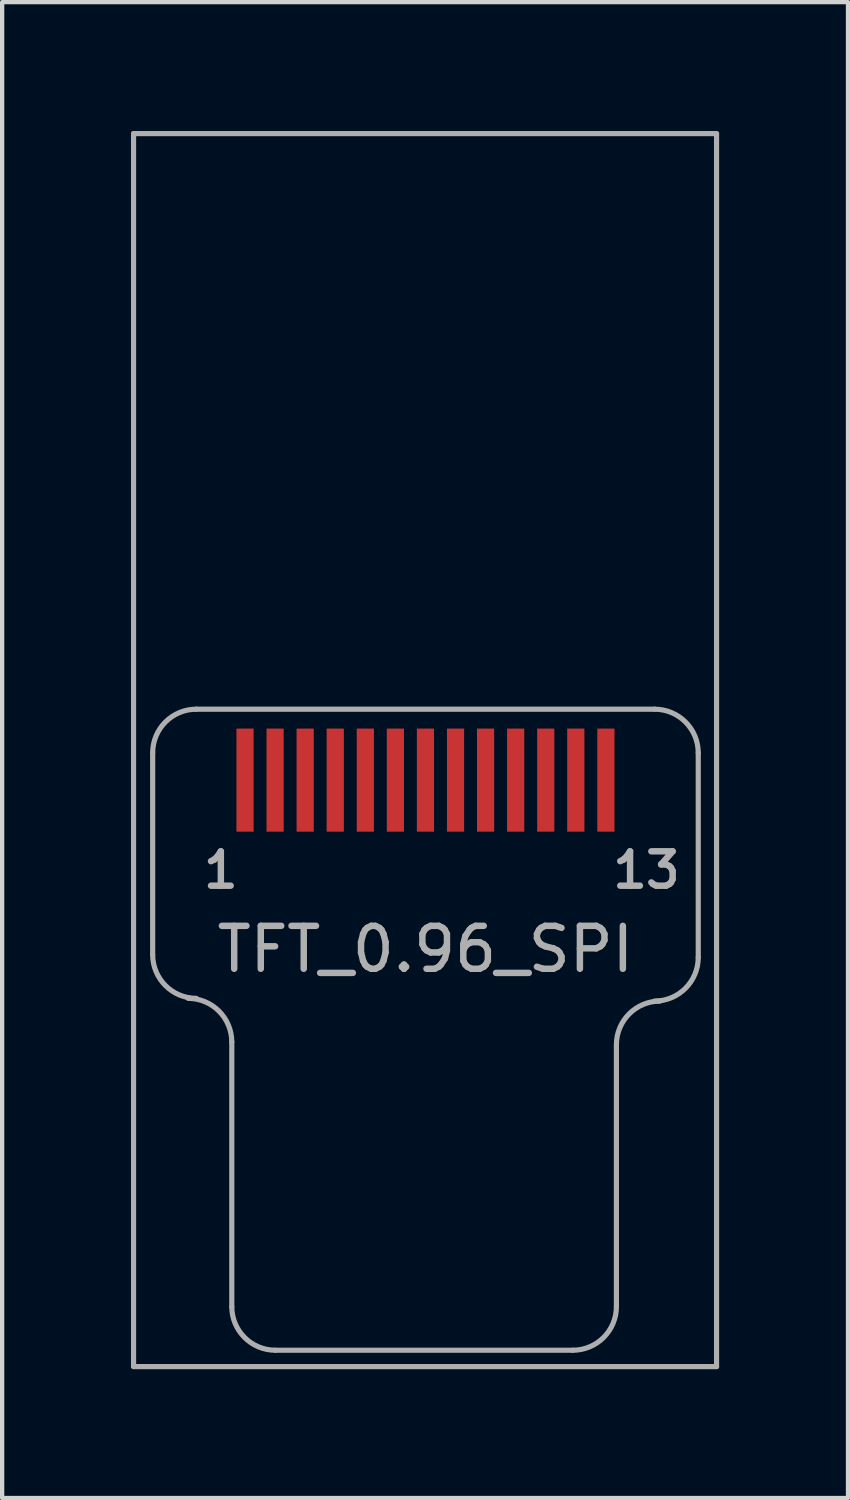
<source format=kicad_pcb>
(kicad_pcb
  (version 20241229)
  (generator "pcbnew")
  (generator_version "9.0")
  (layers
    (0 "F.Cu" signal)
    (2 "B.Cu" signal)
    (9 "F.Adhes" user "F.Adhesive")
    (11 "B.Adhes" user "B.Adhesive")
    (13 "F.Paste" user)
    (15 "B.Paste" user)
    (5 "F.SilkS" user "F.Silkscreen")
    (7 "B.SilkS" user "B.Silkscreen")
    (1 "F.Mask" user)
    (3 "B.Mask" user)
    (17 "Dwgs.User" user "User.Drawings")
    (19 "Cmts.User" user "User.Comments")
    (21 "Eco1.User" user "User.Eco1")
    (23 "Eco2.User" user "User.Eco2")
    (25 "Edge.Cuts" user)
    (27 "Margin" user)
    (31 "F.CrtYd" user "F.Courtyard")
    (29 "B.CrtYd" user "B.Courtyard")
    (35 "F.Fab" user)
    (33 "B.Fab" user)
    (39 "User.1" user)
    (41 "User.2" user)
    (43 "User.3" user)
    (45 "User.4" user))
  (footprint "TFT_0.96_SPI"
    (layer "F.Cu")
    (at 6.854 15.11)
    (property "Reference" "TFT_0.96_SPI" (at 0 3.937 0) (layer "F.Fab") (effects (font (size 1 1) (thickness 0.15))))
    (attr through_hole)
    (fp_line (start -6.795 -15.05) (end -6.795 13.65) (stroke (width 0.12) (type solid)) (layer "F.Fab"))
    (fp_line (start -6.795 -15.05) (end 6.776 -15.05) (stroke (width 0.12) (type solid)) (layer "F.Fab"))
    (fp_line (start -6.35 -0.635) (end -6.35 4.064) (stroke (width 0.12) (type solid)) (layer "F.Fab"))
    (fp_line (start -4.508 6.096) (end -4.508 12.255) (stroke (width 0.12) (type solid)) (layer "F.Fab"))
    (fp_line (start -3.493 13.271) (end 3.429 13.271) (stroke (width 0.12) (type solid)) (layer "F.Fab"))
    (fp_line (start 4.445 12.255) (end 4.445 6.16) (stroke (width 0.12) (type solid)) (layer "F.Fab"))
    (fp_line (start 5.334 -1.651) (end -5.334 -1.651) (stroke (width 0.12) (type solid)) (layer "F.Fab"))
    (fp_line (start 6.35 4.128) (end 6.35 -0.635) (stroke (width 0.12) (type solid)) (layer "F.Fab"))
    (fp_line (start 6.776 13.652) (end -6.795 13.652) (stroke (width 0.12) (type solid)) (layer "F.Fab"))
    (fp_line (start 6.776 13.652) (end 6.776 -15.047) (stroke (width 0.12) (type solid)) (layer "F.Fab"))
    (fp_arc (start -6.35 -0.635) (mid -6.05242 -1.35342) (end -5.334 -1.651) (stroke (width 0.12) (type solid)) (layer "F.Fab"))
    (fp_arc (start -5.5245 5.08) (mid -4.80608 5.37758) (end -4.5085 6.096) (stroke (width 0.12) (type solid)) (layer "F.Fab"))
    (fp_arc (start -5.334 5.08) (mid -6.05242 4.78242) (end -6.35 4.064) (stroke (width 0.12) (type solid)) (layer "F.Fab"))
    (fp_arc (start -3.4925 13.2715) (mid -4.21092 12.97392) (end -4.5085 12.2555) (stroke (width 0.12) (type solid)) (layer "F.Fab"))
    (fp_arc (start 4.445 6.1595) (mid 4.74258 5.44108) (end 5.461 5.1435) (stroke (width 0.12) (type solid)) (layer "F.Fab"))
    (fp_arc (start 4.445 12.2555) (mid 4.14742 12.97392) (end 3.429 13.2715) (stroke (width 0.12) (type solid)) (layer "F.Fab"))
    (fp_arc (start 5.334 -1.651) (mid 6.05242 -1.35342) (end 6.35 -0.635) (stroke (width 0.12) (type solid)) (layer "F.Fab"))
    (fp_arc (start 6.35 4.1275) (mid 6.05242 4.84592) (end 5.334 5.1435) (stroke (width 0.12) (type solid)) (layer "F.Fab"))
    (fp_text user "13" (at 5.144 2.095 0) (layer "F.Fab") (effects (font (size 0.8 0.8) (thickness 0.15))))
    (fp_text user "1" (at -4.763 2.095 0) (layer "F.Fab") (effects (font (size 0.8 0.8) (thickness 0.15))))
    (pad "1" smd rect (at -4.2 0) (size 0.4 2.4) (layers "F.Cu" "F.Mask" "F.Paste"))
    (pad "2" smd rect (at -3.5 0) (size 0.4 2.4) (layers "F.Cu" "F.Mask" "F.Paste"))
    (pad "3" smd rect (at -2.8 0) (size 0.4 2.4) (layers "F.Cu" "F.Mask" "F.Paste"))
    (pad "4" smd rect (at -2.1 0) (size 0.4 2.4) (layers "F.Cu" "F.Mask" "F.Paste"))
    (pad "5" smd rect (at -1.4 0) (size 0.4 2.4) (layers "F.Cu" "F.Mask" "F.Paste"))
    (pad "6" smd rect (at -0.7 0) (size 0.4 2.4) (layers "F.Cu" "F.Mask" "F.Paste"))
    (pad "7" smd rect (at 0 0) (size 0.4 2.4) (layers "F.Cu" "F.Mask" "F.Paste"))
    (pad "8" smd rect (at 0.7 0) (size 0.4 2.4) (layers "F.Cu" "F.Mask" "F.Paste"))
    (pad "9" smd rect (at 1.4 0) (size 0.4 2.4) (layers "F.Cu" "F.Mask" "F.Paste"))
    (pad "10" smd rect (at 2.1 0) (size 0.4 2.4) (layers "F.Cu" "F.Mask" "F.Paste"))
    (pad "11" smd rect (at 2.8 0) (size 0.4 2.4) (layers "F.Cu" "F.Mask" "F.Paste"))
    (pad "12" smd rect (at 3.5 0) (size 0.4 2.4) (layers "F.Cu" "F.Mask" "F.Paste"))
    (pad "13" smd rect (at 4.2 0) (size 0.4 2.4) (layers "F.Cu" "F.Mask" "F.Paste")))
  (gr_rect
    (start -3 -3)
    (end 16.69 31.822)
    (stroke (width 0.1) (type default))
    (fill no)
    (layer "Edge.Cuts")))
</source>
